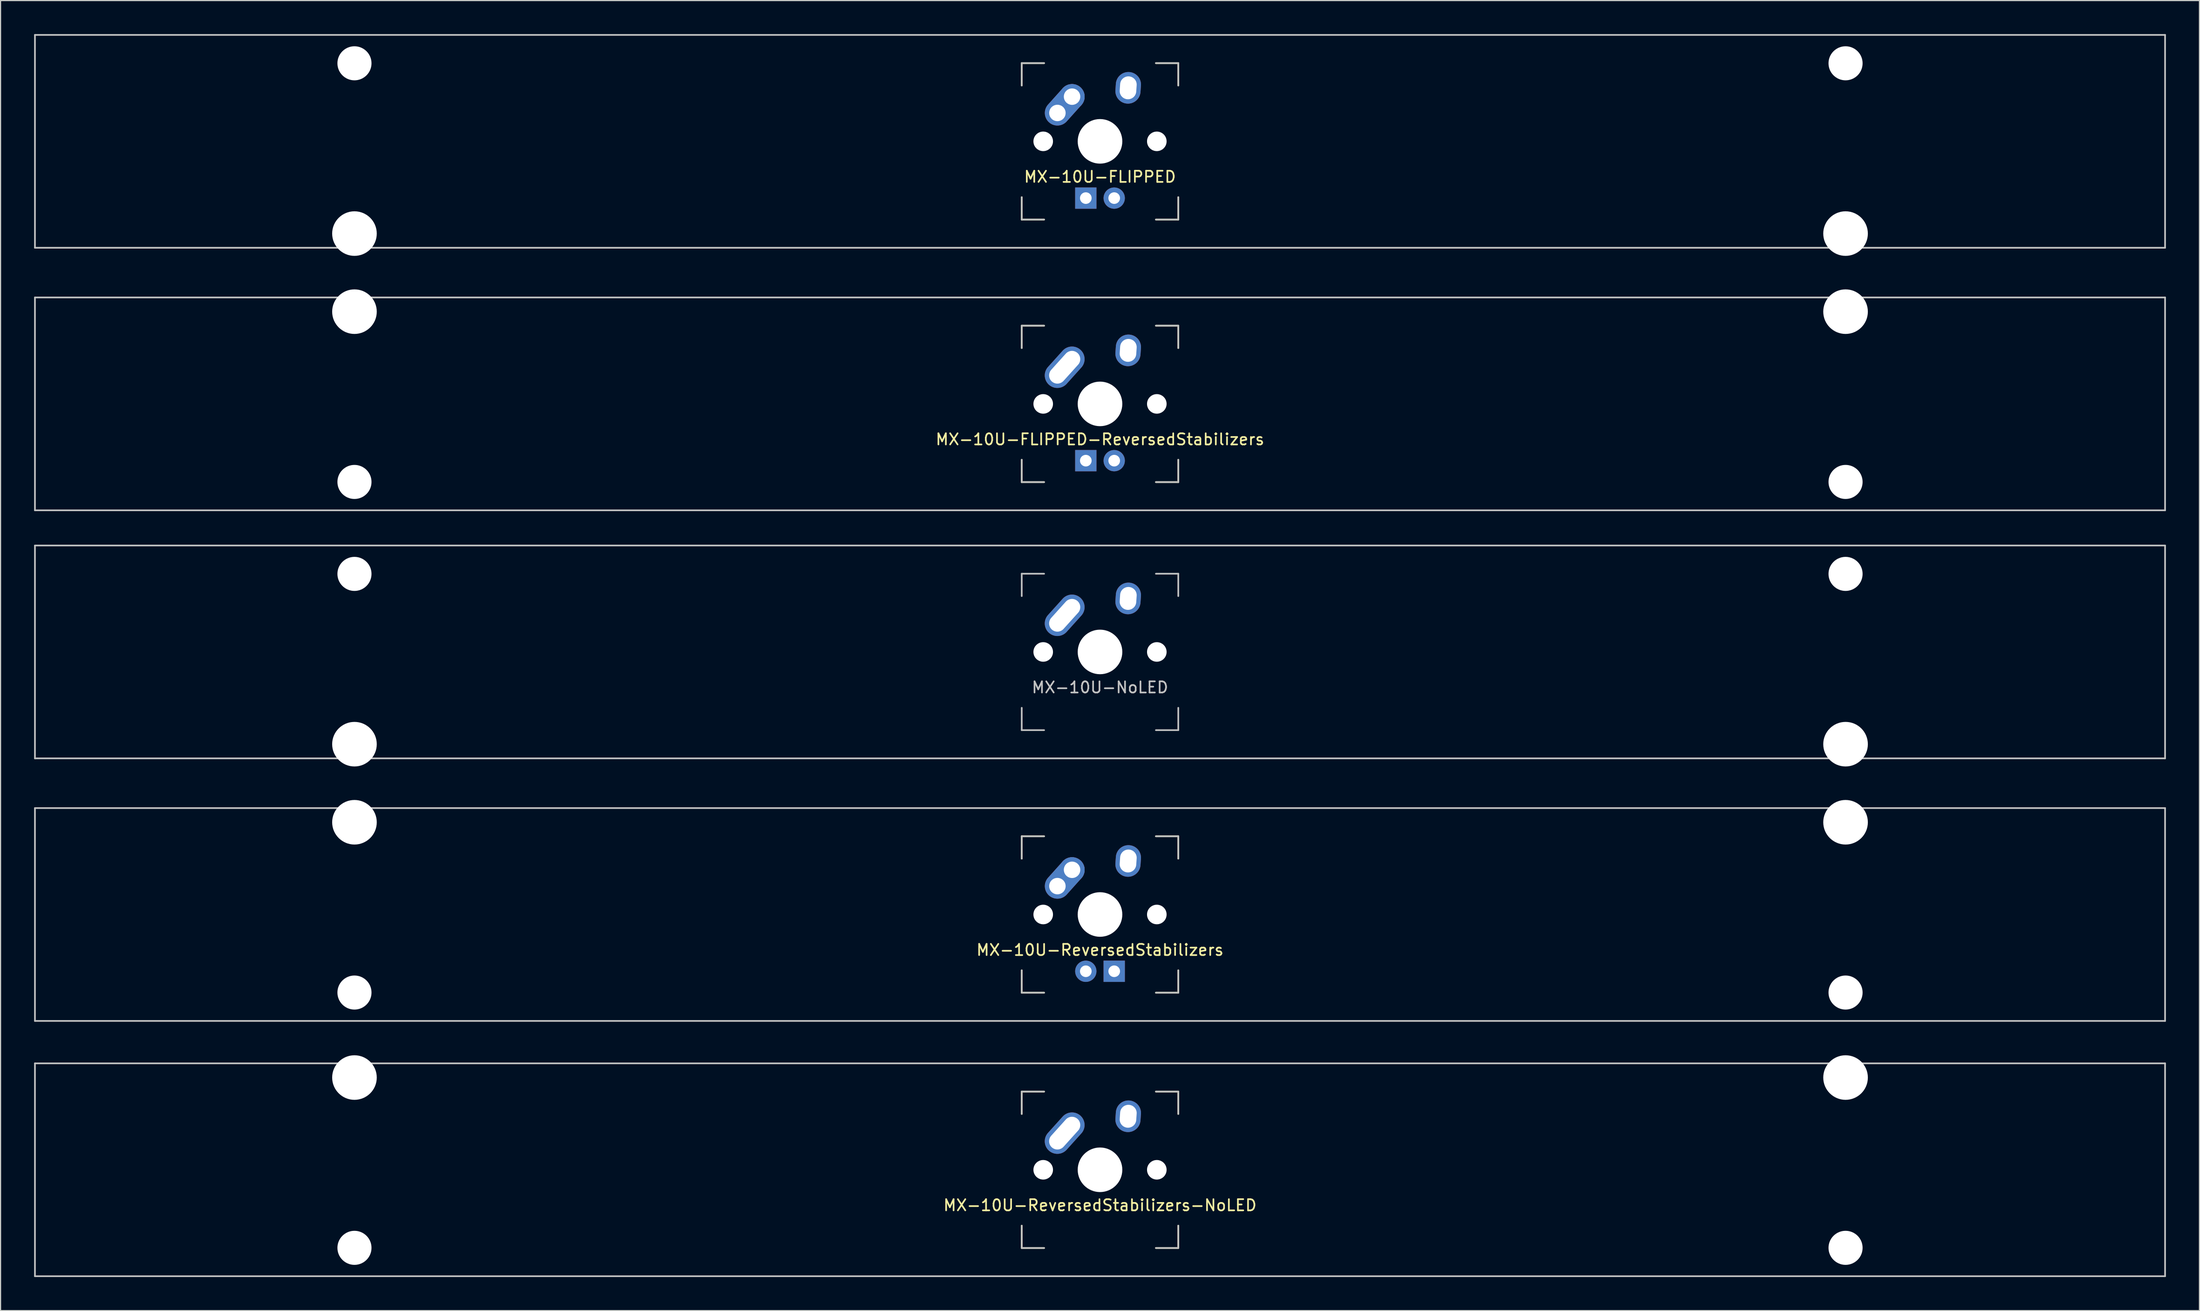
<source format=kicad_pcb>
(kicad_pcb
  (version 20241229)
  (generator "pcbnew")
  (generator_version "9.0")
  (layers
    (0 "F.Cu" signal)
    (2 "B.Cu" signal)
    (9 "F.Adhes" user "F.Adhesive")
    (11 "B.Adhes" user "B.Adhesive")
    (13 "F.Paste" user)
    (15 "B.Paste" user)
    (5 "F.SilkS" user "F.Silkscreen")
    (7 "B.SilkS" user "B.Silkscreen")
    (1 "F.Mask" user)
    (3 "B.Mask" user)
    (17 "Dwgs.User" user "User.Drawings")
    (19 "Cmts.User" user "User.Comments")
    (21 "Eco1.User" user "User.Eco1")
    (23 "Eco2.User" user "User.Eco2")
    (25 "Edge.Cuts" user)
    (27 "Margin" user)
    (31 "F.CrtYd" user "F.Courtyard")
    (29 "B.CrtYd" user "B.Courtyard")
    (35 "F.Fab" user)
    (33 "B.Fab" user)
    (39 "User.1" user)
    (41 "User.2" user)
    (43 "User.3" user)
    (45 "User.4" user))
  (footprint "MX-10U-NoLED"
    (layer "F.Cu")
    (at 95.325 55.298)
    (property "Reference" "MX-10U-NoLED" (at 0 3.175 0) (layer "Dwgs.User") (effects (font (size 1 1) (thickness 0.15))))
    (attr through_hole)
    (fp_line (start -95.25 -9.525) (end 95.25 -9.525) (stroke (width 0.15) (type solid)) (layer "Dwgs.User"))
    (fp_line (start -95.25 9.525) (end -95.25 -9.525) (stroke (width 0.15) (type solid)) (layer "Dwgs.User"))
    (fp_line (start -95.25 9.525) (end 95.25 9.525) (stroke (width 0.15) (type solid)) (layer "Dwgs.User"))
    (fp_line (start -7 -7) (end -7 -5) (stroke (width 0.15) (type solid)) (layer "Dwgs.User"))
    (fp_line (start -7 5) (end -7 7) (stroke (width 0.15) (type solid)) (layer "Dwgs.User"))
    (fp_line (start -7 7) (end -5 7) (stroke (width 0.15) (type solid)) (layer "Dwgs.User"))
    (fp_line (start -5 -7) (end -7 -7) (stroke (width 0.15) (type solid)) (layer "Dwgs.User"))
    (fp_line (start 5 -7) (end 7 -7) (stroke (width 0.15) (type solid)) (layer "Dwgs.User"))
    (fp_line (start 5 7) (end 7 7) (stroke (width 0.15) (type solid)) (layer "Dwgs.User"))
    (fp_line (start 7 -7) (end 7 -5) (stroke (width 0.15) (type solid)) (layer "Dwgs.User"))
    (fp_line (start 7 7) (end 7 5) (stroke (width 0.15) (type solid)) (layer "Dwgs.User"))
    (fp_line (start 95.25 -9.525) (end 95.25 9.525) (stroke (width 0.15) (type solid)) (layer "Dwgs.User"))
    (pad "" np_thru_hole circle (at -66.675 -6.985) (size 3.048 3.048) (drill 3.048) (layers "*.Cu" "*.Mask"))
    (pad "" np_thru_hole circle (at -66.675 8.255) (size 3.988 3.988) (drill 3.988) (layers "*.Cu" "*.Mask"))
    (pad "" np_thru_hole circle (at -5.08 0 48.1) (size 1.75 1.75) (drill 1.75) (layers "*.Cu" "*.Mask"))
    (pad "" np_thru_hole circle (at 0 0) (size 3.988 3.988) (drill 3.988) (layers "*.Cu" "*.Mask"))
    (pad "" np_thru_hole circle (at 5.08 0 48.1) (size 1.75 1.75) (drill 1.75) (layers "*.Cu" "*.Mask"))
    (pad "" np_thru_hole circle (at 66.675 -6.985) (size 3.048 3.048) (drill 3.048) (layers "*.Cu" "*.Mask"))
    (pad "" np_thru_hole circle (at 66.675 8.255) (size 3.988 3.988) (drill 3.988) (layers "*.Cu" "*.Mask"))
    (pad "1" thru_hole oval (at -3.16 -3.28 48) (size 4.21 2.25) (drill oval 3.43 1.48) (layers "*.Cu" "B.Mask"))
    (pad "2" thru_hole oval (at 2.52 -4.79 86) (size 2.831 2.25) (drill oval 2.051 1.48) (layers "*.Cu" "B.Mask")))
  (footprint "MX-10U-FLIPPED-ReversedStabilizers"
    (layer "F.Cu")
    (at 95.325 33.098)
    (property "Reference" "MX-10U-FLIPPED-ReversedStabilizers" (at 0 3.175 0) (layer "F.SilkS") (effects (font (size 1 1) (thickness 0.15))))
    (attr through_hole)
    (fp_line (start -7 -7) (end -7 -5) (stroke (width 0.15) (type solid)) (layer "F.SilkS"))
    (fp_line (start -7 5) (end -7 7) (stroke (width 0.15) (type solid)) (layer "F.SilkS"))
    (fp_line (start -7 7) (end -5 7) (stroke (width 0.15) (type solid)) (layer "F.SilkS"))
    (fp_line (start -5 -7) (end -7 -7) (stroke (width 0.15) (type solid)) (layer "F.SilkS"))
    (fp_line (start 5 -7) (end 7 -7) (stroke (width 0.15) (type solid)) (layer "F.SilkS"))
    (fp_line (start 5 7) (end 7 7) (stroke (width 0.15) (type solid)) (layer "F.SilkS"))
    (fp_line (start 7 -7) (end 7 -5) (stroke (width 0.15) (type solid)) (layer "F.SilkS"))
    (fp_line (start 7 7) (end 7 5) (stroke (width 0.15) (type solid)) (layer "F.SilkS"))
    (fp_line (start -95.25 -9.525) (end 95.25 -9.525) (stroke (width 0.15) (type solid)) (layer "Dwgs.User"))
    (fp_line (start -95.25 9.525) (end -95.25 -9.525) (stroke (width 0.15) (type solid)) (layer "Dwgs.User"))
    (fp_line (start -95.25 9.525) (end 95.25 9.525) (stroke (width 0.15) (type solid)) (layer "Dwgs.User"))
    (fp_line (start -7 -7) (end -7 -5) (stroke (width 0.15) (type solid)) (layer "Dwgs.User"))
    (fp_line (start -7 5) (end -7 7) (stroke (width 0.15) (type solid)) (layer "Dwgs.User"))
    (fp_line (start -7 7) (end -5 7) (stroke (width 0.15) (type solid)) (layer "Dwgs.User"))
    (fp_line (start -5 -7) (end -7 -7) (stroke (width 0.15) (type solid)) (layer "Dwgs.User"))
    (fp_line (start 5 -7) (end 7 -7) (stroke (width 0.15) (type solid)) (layer "Dwgs.User"))
    (fp_line (start 5 7) (end 7 7) (stroke (width 0.15) (type solid)) (layer "Dwgs.User"))
    (fp_line (start 7 -7) (end 7 -5) (stroke (width 0.15) (type solid)) (layer "Dwgs.User"))
    (fp_line (start 7 7) (end 7 5) (stroke (width 0.15) (type solid)) (layer "Dwgs.User"))
    (fp_line (start 95.25 -9.525) (end 95.25 9.525) (stroke (width 0.15) (type solid)) (layer "Dwgs.User"))
    (pad "" np_thru_hole circle (at -66.675 -8.255) (size 3.988 3.988) (drill 3.988) (layers "*.Cu" "*.Mask"))
    (pad "" np_thru_hole circle (at -66.675 6.985) (size 3.048 3.048) (drill 3.048) (layers "*.Cu" "*.Mask"))
    (pad "" np_thru_hole circle (at -5.08 0 48.1) (size 1.75 1.75) (drill 1.75) (layers "*.Cu" "*.Mask"))
    (pad "" np_thru_hole circle (at 0 0) (size 3.988 3.988) (drill 3.988) (layers "*.Cu" "*.Mask"))
    (pad "" np_thru_hole circle (at 5.08 0 48.1) (size 1.75 1.75) (drill 1.75) (layers "*.Cu" "*.Mask"))
    (pad "" np_thru_hole circle (at 66.675 -8.255) (size 3.988 3.988) (drill 3.988) (layers "*.Cu" "*.Mask"))
    (pad "" np_thru_hole circle (at 66.675 6.985) (size 3.048 3.048) (drill 3.048) (layers "*.Cu" "*.Mask"))
    (pad "1" thru_hole oval (at -3.16 -3.28 48) (size 4.21 2.25) (drill oval 3.43 1.48) (layers "*.Cu" "B.Mask"))
    (pad "2" thru_hole oval (at 2.52 -4.79 86) (size 2.831 2.25) (drill oval 2.051 1.48) (layers "*.Cu" "B.Mask"))
    (pad "3" thru_hole circle (at 1.27 5.08) (size 1.905 1.905) (drill 1.04) (layers "*.Cu" "B.Mask"))
    (pad "4" thru_hole rect (at -1.27 5.08) (size 1.905 1.905) (drill 1.04) (layers "*.Cu" "B.Mask")))
  (footprint "MX-10U-ReversedStabilizers"
    (layer "F.Cu")
    (at 95.325 78.796)
    (property "Reference" "MX-10U-ReversedStabilizers" (at 0 3.175 0) (layer "F.SilkS") (effects (font (size 1 1) (thickness 0.15))))
    (attr through_hole)
    (fp_line (start -7 -7) (end -7 -5) (stroke (width 0.15) (type solid)) (layer "F.SilkS"))
    (fp_line (start -7 5) (end -7 7) (stroke (width 0.15) (type solid)) (layer "F.SilkS"))
    (fp_line (start -7 7) (end -5 7) (stroke (width 0.15) (type solid)) (layer "F.SilkS"))
    (fp_line (start -5 -7) (end -7 -7) (stroke (width 0.15) (type solid)) (layer "F.SilkS"))
    (fp_line (start 5 -7) (end 7 -7) (stroke (width 0.15) (type solid)) (layer "F.SilkS"))
    (fp_line (start 5 7) (end 7 7) (stroke (width 0.15) (type solid)) (layer "F.SilkS"))
    (fp_line (start 7 -7) (end 7 -5) (stroke (width 0.15) (type solid)) (layer "F.SilkS"))
    (fp_line (start 7 7) (end 7 5) (stroke (width 0.15) (type solid)) (layer "F.SilkS"))
    (fp_line (start -95.25 -9.525) (end 95.25 -9.525) (stroke (width 0.15) (type solid)) (layer "Dwgs.User"))
    (fp_line (start -95.25 9.525) (end -95.25 -9.525) (stroke (width 0.15) (type solid)) (layer "Dwgs.User"))
    (fp_line (start -95.25 9.525) (end 95.25 9.525) (stroke (width 0.15) (type solid)) (layer "Dwgs.User"))
    (fp_line (start -7 -7) (end -7 -5) (stroke (width 0.15) (type solid)) (layer "Dwgs.User"))
    (fp_line (start -7 5) (end -7 7) (stroke (width 0.15) (type solid)) (layer "Dwgs.User"))
    (fp_line (start -7 7) (end -5 7) (stroke (width 0.15) (type solid)) (layer "Dwgs.User"))
    (fp_line (start -5 -7) (end -7 -7) (stroke (width 0.15) (type solid)) (layer "Dwgs.User"))
    (fp_line (start 5 -7) (end 7 -7) (stroke (width 0.15) (type solid)) (layer "Dwgs.User"))
    (fp_line (start 5 7) (end 7 7) (stroke (width 0.15) (type solid)) (layer "Dwgs.User"))
    (fp_line (start 7 -7) (end 7 -5) (stroke (width 0.15) (type solid)) (layer "Dwgs.User"))
    (fp_line (start 7 7) (end 7 5) (stroke (width 0.15) (type solid)) (layer "Dwgs.User"))
    (fp_line (start 95.25 -9.525) (end 95.25 9.525) (stroke (width 0.15) (type solid)) (layer "Dwgs.User"))
    (pad "" np_thru_hole circle (at -66.675 -8.255) (size 3.988 3.988) (drill 3.988) (layers "*.Cu" "*.Mask"))
    (pad "" np_thru_hole circle (at -66.675 6.985) (size 3.048 3.048) (drill 3.048) (layers "*.Cu" "*.Mask"))
    (pad "" np_thru_hole circle (at -5.08 0 48.1) (size 1.75 1.75) (drill 1.75) (layers "*.Cu" "*.Mask"))
    (pad "" np_thru_hole circle (at 0 0) (size 3.988 3.988) (drill 3.988) (layers "*.Cu" "*.Mask"))
    (pad "" np_thru_hole circle (at 5.08 0 48.1) (size 1.75 1.75) (drill 1.75) (layers "*.Cu" "*.Mask"))
    (pad "" np_thru_hole circle (at 66.675 -8.255) (size 3.988 3.988) (drill 3.988) (layers "*.Cu" "*.Mask"))
    (pad "" np_thru_hole circle (at 66.675 6.985) (size 3.048 3.048) (drill 3.048) (layers "*.Cu" "*.Mask"))
    (pad "1" thru_hole oval (at -3.81 -2.54 48.1) (size 4.212 2.25) (drill 1.47 (offset 0.981 0)) (layers "*.Cu" "*.Mask"))
    (pad "1" thru_hole circle (at -2.5 -4) (size 2.25 2.25) (drill 1.47) (layers "*.Cu" "*.Mask"))
    (pad "2" thru_hole oval (at 2.52 -4.79 86) (size 2.831 2.25) (drill oval 2.051 1.48) (layers "*.Cu" "*.Mask"))
    (pad "3" thru_hole circle (at -1.27 5.08) (size 1.905 1.905) (drill 1.04) (layers "*.Cu" "*.Mask"))
    (pad "4" thru_hole rect (at 1.27 5.08) (size 1.905 1.905) (drill 1.04) (layers "*.Cu" "*.Mask")))
  (footprint "MX-10U-FLIPPED"
    (layer "F.Cu")
    (at 95.325 9.6)
    (property "Reference" "MX-10U-FLIPPED" (at 0 3.175 0) (layer "F.SilkS") (effects (font (size 1 1) (thickness 0.15))))
    (attr through_hole)
    (fp_line (start -7 -7) (end -7 -5) (stroke (width 0.15) (type solid)) (layer "F.SilkS"))
    (fp_line (start -7 5) (end -7 7) (stroke (width 0.15) (type solid)) (layer "F.SilkS"))
    (fp_line (start -7 7) (end -5 7) (stroke (width 0.15) (type solid)) (layer "F.SilkS"))
    (fp_line (start -5 -7) (end -7 -7) (stroke (width 0.15) (type solid)) (layer "F.SilkS"))
    (fp_line (start 5 -7) (end 7 -7) (stroke (width 0.15) (type solid)) (layer "F.SilkS"))
    (fp_line (start 5 7) (end 7 7) (stroke (width 0.15) (type solid)) (layer "F.SilkS"))
    (fp_line (start 7 -7) (end 7 -5) (stroke (width 0.15) (type solid)) (layer "F.SilkS"))
    (fp_line (start 7 7) (end 7 5) (stroke (width 0.15) (type solid)) (layer "F.SilkS"))
    (fp_line (start -95.25 -9.525) (end 95.25 -9.525) (stroke (width 0.15) (type solid)) (layer "Dwgs.User"))
    (fp_line (start -95.25 9.525) (end -95.25 -9.525) (stroke (width 0.15) (type solid)) (layer "Dwgs.User"))
    (fp_line (start -95.25 9.525) (end 95.25 9.525) (stroke (width 0.15) (type solid)) (layer "Dwgs.User"))
    (fp_line (start -7 -7) (end -7 -5) (stroke (width 0.15) (type solid)) (layer "Dwgs.User"))
    (fp_line (start -7 5) (end -7 7) (stroke (width 0.15) (type solid)) (layer "Dwgs.User"))
    (fp_line (start -7 7) (end -5 7) (stroke (width 0.15) (type solid)) (layer "Dwgs.User"))
    (fp_line (start -5 -7) (end -7 -7) (stroke (width 0.15) (type solid)) (layer "Dwgs.User"))
    (fp_line (start 5 -7) (end 7 -7) (stroke (width 0.15) (type solid)) (layer "Dwgs.User"))
    (fp_line (start 5 7) (end 7 7) (stroke (width 0.15) (type solid)) (layer "Dwgs.User"))
    (fp_line (start 7 -7) (end 7 -5) (stroke (width 0.15) (type solid)) (layer "Dwgs.User"))
    (fp_line (start 7 7) (end 7 5) (stroke (width 0.15) (type solid)) (layer "Dwgs.User"))
    (fp_line (start 95.25 -9.525) (end 95.25 9.525) (stroke (width 0.15) (type solid)) (layer "Dwgs.User"))
    (pad "" np_thru_hole circle (at -66.675 -6.985) (size 3.048 3.048) (drill 3.048) (layers "*.Cu" "*.Mask"))
    (pad "" np_thru_hole circle (at -66.675 8.255) (size 3.988 3.988) (drill 3.988) (layers "*.Cu" "*.Mask"))
    (pad "" np_thru_hole circle (at -5.08 0 48.1) (size 1.75 1.75) (drill 1.75) (layers "*.Cu" "*.Mask"))
    (pad "" np_thru_hole circle (at 0 0) (size 3.988 3.988) (drill 3.988) (layers "*.Cu" "*.Mask"))
    (pad "" np_thru_hole circle (at 5.08 0 48.1) (size 1.75 1.75) (drill 1.75) (layers "*.Cu" "*.Mask"))
    (pad "" np_thru_hole circle (at 66.675 -6.985) (size 3.048 3.048) (drill 3.048) (layers "*.Cu" "*.Mask"))
    (pad "" np_thru_hole circle (at 66.675 8.255) (size 3.988 3.988) (drill 3.988) (layers "*.Cu" "*.Mask"))
    (pad "1" thru_hole oval (at -3.81 -2.54 48.1) (size 4.212 2.25) (drill 1.47 (offset 0.981 0)) (layers "*.Cu" "*.Mask"))
    (pad "1" thru_hole circle (at -2.5 -4) (size 2.25 2.25) (drill 1.47) (layers "*.Cu" "*.Mask"))
    (pad "2" thru_hole oval (at 2.52 -4.79 86) (size 2.831 2.25) (drill oval 2.051 1.48) (layers "*.Cu" "*.Mask"))
    (pad "3" thru_hole circle (at 1.27 5.08) (size 1.905 1.905) (drill 1.04) (layers "*.Cu" "*.Mask"))
    (pad "4" thru_hole rect (at -1.27 5.08) (size 1.905 1.905) (drill 1.04) (layers "*.Cu" "*.Mask")))
  (footprint "MX-10U-ReversedStabilizers-NoLED"
    (layer "F.Cu")
    (at 95.325 101.644)
    (property "Reference" "MX-10U-ReversedStabilizers-NoLED" (at 0 3.175 0) (layer "F.SilkS") (effects (font (size 1 1) (thickness 0.15))))
    (attr through_hole)
    (fp_line (start -7 -7) (end -7 -5) (stroke (width 0.15) (type solid)) (layer "F.SilkS"))
    (fp_line (start -7 5) (end -7 7) (stroke (width 0.15) (type solid)) (layer "F.SilkS"))
    (fp_line (start -7 7) (end -5 7) (stroke (width 0.15) (type solid)) (layer "F.SilkS"))
    (fp_line (start -5 -7) (end -7 -7) (stroke (width 0.15) (type solid)) (layer "F.SilkS"))
    (fp_line (start 5 -7) (end 7 -7) (stroke (width 0.15) (type solid)) (layer "F.SilkS"))
    (fp_line (start 5 7) (end 7 7) (stroke (width 0.15) (type solid)) (layer "F.SilkS"))
    (fp_line (start 7 -7) (end 7 -5) (stroke (width 0.15) (type solid)) (layer "F.SilkS"))
    (fp_line (start 7 7) (end 7 5) (stroke (width 0.15) (type solid)) (layer "F.SilkS"))
    (fp_line (start -95.25 -9.525) (end 95.25 -9.525) (stroke (width 0.15) (type solid)) (layer "Dwgs.User"))
    (fp_line (start -95.25 9.525) (end -95.25 -9.525) (stroke (width 0.15) (type solid)) (layer "Dwgs.User"))
    (fp_line (start -95.25 9.525) (end 95.25 9.525) (stroke (width 0.15) (type solid)) (layer "Dwgs.User"))
    (fp_line (start -7 -7) (end -7 -5) (stroke (width 0.15) (type solid)) (layer "Dwgs.User"))
    (fp_line (start -7 5) (end -7 7) (stroke (width 0.15) (type solid)) (layer "Dwgs.User"))
    (fp_line (start -7 7) (end -5 7) (stroke (width 0.15) (type solid)) (layer "Dwgs.User"))
    (fp_line (start -5 -7) (end -7 -7) (stroke (width 0.15) (type solid)) (layer "Dwgs.User"))
    (fp_line (start 5 -7) (end 7 -7) (stroke (width 0.15) (type solid)) (layer "Dwgs.User"))
    (fp_line (start 5 7) (end 7 7) (stroke (width 0.15) (type solid)) (layer "Dwgs.User"))
    (fp_line (start 7 -7) (end 7 -5) (stroke (width 0.15) (type solid)) (layer "Dwgs.User"))
    (fp_line (start 7 7) (end 7 5) (stroke (width 0.15) (type solid)) (layer "Dwgs.User"))
    (fp_line (start 95.25 -9.525) (end 95.25 9.525) (stroke (width 0.15) (type solid)) (layer "Dwgs.User"))
    (pad "" np_thru_hole circle (at -66.675 -8.255) (size 3.988 3.988) (drill 3.988) (layers "*.Cu" "*.Mask"))
    (pad "" np_thru_hole circle (at -66.675 6.985) (size 3.048 3.048) (drill 3.048) (layers "*.Cu" "*.Mask"))
    (pad "" np_thru_hole circle (at -5.08 0 48.1) (size 1.75 1.75) (drill 1.75) (layers "*.Cu" "*.Mask"))
    (pad "" np_thru_hole circle (at 0 0) (size 3.988 3.988) (drill 3.988) (layers "*.Cu" "*.Mask"))
    (pad "" np_thru_hole circle (at 5.08 0 48.1) (size 1.75 1.75) (drill 1.75) (layers "*.Cu" "*.Mask"))
    (pad "" np_thru_hole circle (at 66.675 -8.255) (size 3.988 3.988) (drill 3.988) (layers "*.Cu" "*.Mask"))
    (pad "" np_thru_hole circle (at 66.675 6.985) (size 3.048 3.048) (drill 3.048) (layers "*.Cu" "*.Mask"))
    (pad "1" thru_hole oval (at -3.16 -3.28 48) (size 4.21 2.25) (drill oval 3.43 1.48) (layers "*.Cu" "B.Mask"))
    (pad "2" thru_hole oval (at 2.52 -4.79 86) (size 2.831 2.25) (drill oval 2.051 1.48) (layers "*.Cu" "B.Mask")))
  (gr_rect
    (start -3 -3)
    (end 193.65 114.245)
    (stroke (width 0.1) (type default))
    (fill no)
    (layer "Edge.Cuts")))
</source>
